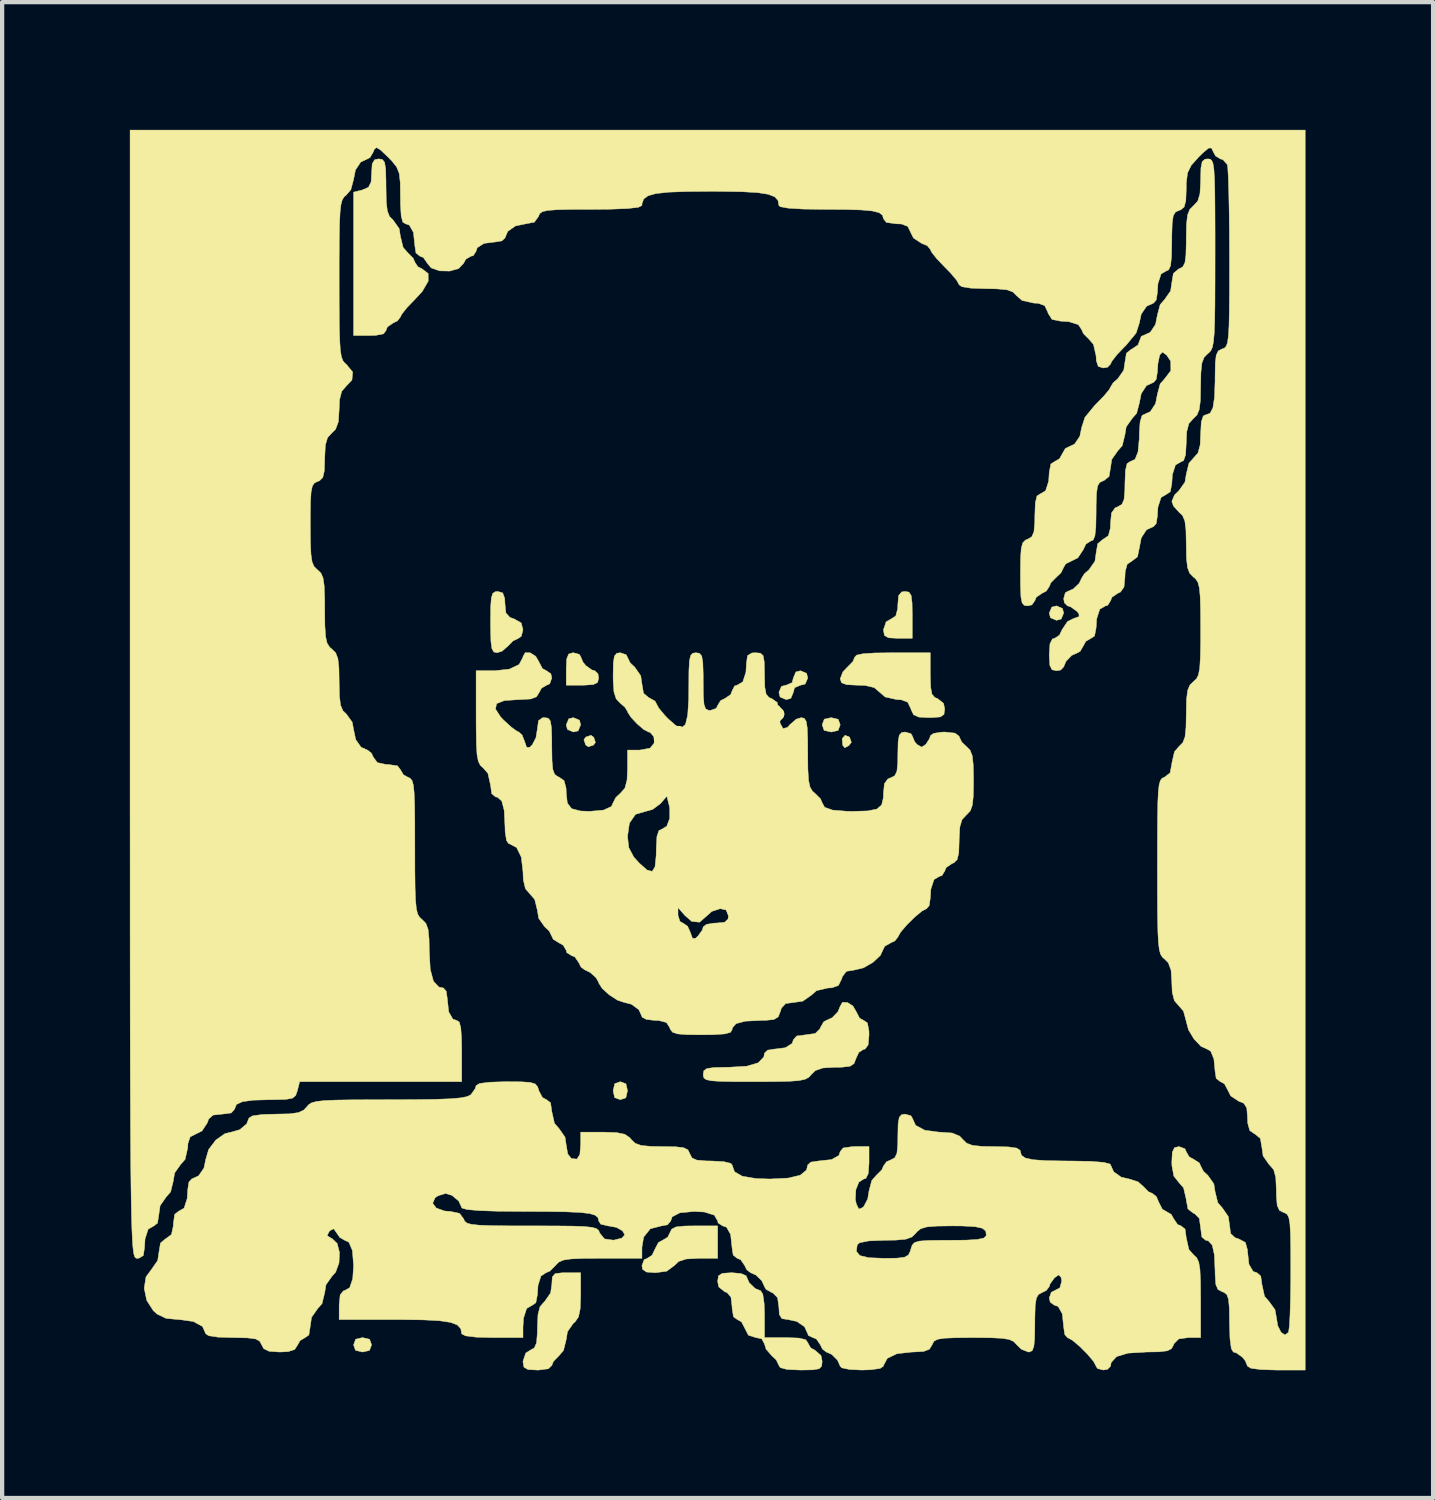
<source format=kicad_pcb>
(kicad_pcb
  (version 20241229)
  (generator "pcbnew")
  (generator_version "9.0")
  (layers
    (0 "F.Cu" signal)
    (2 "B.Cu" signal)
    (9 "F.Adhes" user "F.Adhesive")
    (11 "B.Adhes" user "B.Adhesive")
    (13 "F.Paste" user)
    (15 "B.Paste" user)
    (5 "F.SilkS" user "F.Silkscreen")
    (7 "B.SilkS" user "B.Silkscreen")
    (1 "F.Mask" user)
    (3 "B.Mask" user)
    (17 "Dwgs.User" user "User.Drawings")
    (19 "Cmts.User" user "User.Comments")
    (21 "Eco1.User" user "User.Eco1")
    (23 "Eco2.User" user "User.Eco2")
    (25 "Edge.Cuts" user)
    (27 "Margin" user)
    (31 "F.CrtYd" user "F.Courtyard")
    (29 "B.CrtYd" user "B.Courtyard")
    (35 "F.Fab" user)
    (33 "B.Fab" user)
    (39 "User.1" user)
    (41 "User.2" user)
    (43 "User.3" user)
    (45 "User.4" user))
  (footprint "nei"
    (layer "F.Cu")
    (at 13.806 14.483)
    (property "Reference" "nei" (at 0 0 0) (layer "F.SilkS") (effects (font (size 1.524 1.524) (thickness 0.3))))
    (attr through_hole)
    (fp_poly (pts (xy -8.174 13.925) (xy -8.128 14.055) (xy -8.178 14.187) (xy -8.34 14.224) (xy -8.506 14.184) (xy -8.551 14.055) (xy -8.502 13.922) (xy -8.34 13.885) (xy -8.174 13.925)) (stroke (width 0.01) (type solid)) (fill yes) (layer "F.SilkS"))
    (fp_poly (pts (xy -3.245 -0.617) (xy -3.217 -0.508) (xy -3.277 -0.366) (xy -3.387 -0.339) (xy -3.528 -0.399) (xy -3.556 -0.508) (xy -3.496 -0.65) (xy -3.387 -0.677) (xy -3.245 -0.617)) (stroke (width 0.01) (type solid)) (fill yes) (layer "F.SilkS"))
    (fp_poly (pts (xy -2.91 -0.216) (xy -2.87 -0.094) (xy -2.916 -0.032) (xy -3.038 0.008) (xy -3.101 -0.038) (xy -3.141 -0.16) (xy -3.095 -0.222) (xy -2.973 -0.262) (xy -2.91 -0.216)) (stroke (width 0.01) (type solid)) (fill yes) (layer "F.SilkS"))
    (fp_poly (pts (xy -2.153 7.924) (xy -2.117 8.086) (xy -2.156 8.252) (xy -2.286 8.297) (xy -2.419 8.248) (xy -2.455 8.086) (xy -2.416 7.92) (xy -2.286 7.874) (xy -2.153 7.924)) (stroke (width 0.01) (type solid)) (fill yes) (layer "F.SilkS"))
    (fp_poly (pts (xy 2.833 -0.638) (xy 2.879 -0.508) (xy 2.829 -0.375) (xy 2.667 -0.339) (xy 2.501 -0.378) (xy 2.455 -0.508) (xy 2.505 -0.641) (xy 2.667 -0.677) (xy 2.833 -0.638)) (stroke (width 0.01) (type solid)) (fill yes) (layer "F.SilkS"))
    (fp_poly (pts (xy 3.098 -0.221) (xy 3.098 -0.22) (xy 3.141 -0.099) (xy 3.084 -0.022) (xy 2.985 0.031) (xy 2.936 -0.033) (xy 2.925 -0.183) (xy 2.993 -0.262) (xy 3.098 -0.221)) (stroke (width 0.01) (type solid)) (fill yes) (layer "F.SilkS"))
    (fp_poly (pts (xy 8.1 -3.242) (xy 8.128 -3.133) (xy 8.068 -2.991) (xy 7.959 -2.963) (xy 7.817 -3.023) (xy 7.789 -3.133) (xy 7.849 -3.274) (xy 7.959 -3.302) (xy 8.1 -3.242)) (stroke (width 0.01) (type solid)) (fill yes) (layer "F.SilkS"))
    (fp_poly (pts (xy 2.089 -1.718) (xy 2.117 -1.609) (xy 2.057 -1.467) (xy 1.947 -1.439) (xy 1.806 -1.379) (xy 1.778 -1.27) (xy 1.718 -1.128) (xy 1.609 -1.101) (xy 1.467 -1.161) (xy 1.439 -1.27) (xy 1.499 -1.412) (xy 1.609 -1.439) (xy 1.75 -1.499) (xy 1.778 -1.609) (xy 1.838 -1.75) (xy 1.947 -1.778) (xy 2.089 -1.718)) (stroke (width 0.01) (type solid)) (fill yes) (layer "F.SilkS"))
    (fp_poly (pts (xy -3.249 -2.163) (xy -3.217 -2.111) (xy -3.163 -1.981) (xy -3.096 -1.899) (xy -2.955 -1.798) (xy -2.885 -1.778) (xy -2.811 -1.707) (xy -2.794 -1.609) (xy -2.819 -1.503) (xy -2.922 -1.453) (xy -3.148 -1.439) (xy -3.175 -1.439) (xy -3.556 -1.439) (xy -3.556 -1.82) (xy -3.545 -2.058) (xy -3.499 -2.171) (xy -3.399 -2.201) (xy -3.387 -2.201) (xy -3.249 -2.163)) (stroke (width 0.01) (type solid)) (fill yes) (layer "F.SilkS"))
    (fp_poly (pts (xy 4.494 -3.624) (xy 4.545 -3.547) (xy 4.567 -3.374) (xy 4.572 -3.09) (xy 4.572 -2.54) (xy 4.233 -2.54) (xy 4.015 -2.552) (xy 3.918 -2.607) (xy 3.895 -2.733) (xy 3.895 -2.742) (xy 3.958 -2.928) (xy 4.064 -2.988) (xy 4.184 -3.065) (xy 4.23 -3.241) (xy 4.233 -3.336) (xy 4.251 -3.544) (xy 4.322 -3.629) (xy 4.403 -3.641) (xy 4.494 -3.624)) (stroke (width 0.01) (type solid)) (fill yes) (layer "F.SilkS"))
    (fp_poly (pts (xy 0 12.023) (xy -0.447 12.023) (xy -0.74 12.039) (xy -0.918 12.097) (xy -1.016 12.192) (xy -1.196 12.325) (xy -1.458 12.361) (xy -1.672 12.345) (xy -1.763 12.281) (xy -1.778 12.192) (xy -1.726 12.055) (xy -1.653 12.023) (xy -1.54 11.95) (xy -1.474 11.811) (xy -1.391 11.652) (xy -1.295 11.599) (xy -1.174 11.528) (xy -1.125 11.43) (xy -1.079 11.337) (xy -0.976 11.285) (xy -0.774 11.264) (xy -0.54 11.261) (xy 0 11.261) (xy 0 12.023)) (stroke (width 0.01) (type solid)) (fill yes) (layer "F.SilkS"))
    (fp_poly (pts (xy -5.048 -3.607) (xy -5.001 -3.477) (xy -4.995 -3.346) (xy -4.973 -3.135) (xy -4.881 -3.032) (xy -4.784 -2.998) (xy -4.614 -2.902) (xy -4.572 -2.742) (xy -4.611 -2.588) (xy -4.68 -2.54) (xy -4.809 -2.477) (xy -4.911 -2.371) (xy -5.063 -2.238) (xy -5.183 -2.201) (xy -5.257 -2.22) (xy -5.302 -2.298) (xy -5.325 -2.467) (xy -5.333 -2.76) (xy -5.334 -2.921) (xy -5.331 -3.271) (xy -5.316 -3.485) (xy -5.282 -3.595) (xy -5.221 -3.636) (xy -5.165 -3.641) (xy -5.048 -3.607)) (stroke (width 0.01) (type solid)) (fill yes) (layer "F.SilkS"))
    (fp_poly (pts (xy -3.217 12.893) (xy -3.228 13.206) (xy -3.267 13.397) (xy -3.347 13.514) (xy -3.387 13.547) (xy -3.527 13.745) (xy -3.556 13.928) (xy -3.62 14.187) (xy -3.725 14.309) (xy -3.856 14.443) (xy -3.895 14.539) (xy -3.974 14.617) (xy -4.204 14.647) (xy -4.233 14.647) (xy -4.452 14.636) (xy -4.549 14.581) (xy -4.572 14.455) (xy -4.572 14.441) (xy -4.507 14.248) (xy -4.403 14.182) (xy -4.304 14.125) (xy -4.253 14.005) (xy -4.235 13.778) (xy -4.233 13.644) (xy -4.22 13.343) (xy -4.172 13.16) (xy -4.074 13.046) (xy -4.064 13.039) (xy -3.923 12.836) (xy -3.895 12.639) (xy -3.883 12.461) (xy -3.816 12.382) (xy -3.645 12.362) (xy -3.556 12.361) (xy -3.217 12.361) (xy -3.217 12.893)) (stroke (width 0.01) (type solid)) (fill yes) (layer "F.SilkS"))
    (fp_poly (pts (xy 4.995 -1.685) (xy 5.003 -1.394) (xy 5.034 -1.229) (xy 5.101 -1.15) (xy 5.165 -1.125) (xy 5.307 -1.012) (xy 5.334 -0.879) (xy 5.316 -0.753) (xy 5.232 -0.694) (xy 5.036 -0.678) (xy 4.962 -0.677) (xy 4.724 -0.69) (xy 4.602 -0.745) (xy 4.543 -0.868) (xy 4.537 -0.889) (xy 4.464 -1.04) (xy 4.312 -1.096) (xy 4.208 -1.101) (xy 3.934 -1.163) (xy 3.81 -1.27) (xy 3.677 -1.383) (xy 3.462 -1.433) (xy 3.283 -1.439) (xy 3.033 -1.451) (xy 2.911 -1.495) (xy 2.879 -1.586) (xy 2.879 -1.59) (xy 2.943 -1.754) (xy 3.048 -1.863) (xy 3.179 -1.997) (xy 3.217 -2.093) (xy 3.264 -2.145) (xy 3.416 -2.178) (xy 3.697 -2.196) (xy 4.106 -2.201) (xy 4.995 -2.201) (xy 4.995 -1.685)) (stroke (width 0.01) (type solid)) (fill yes) (layer "F.SilkS"))
    (fp_poly (pts (xy -7.873 -13.786) (xy -7.823 -13.72) (xy -7.798 -13.567) (xy -7.79 -13.293) (xy -7.789 -13.142) (xy -7.783 -12.796) (xy -7.758 -12.578) (xy -7.706 -12.447) (xy -7.62 -12.361) (xy -7.48 -12.163) (xy -7.451 -11.98) (xy -7.387 -11.721) (xy -7.281 -11.599) (xy -7.15 -11.467) (xy -7.112 -11.375) (xy -7.042 -11.269) (xy -6.943 -11.218) (xy -6.799 -11.109) (xy -6.798 -10.928) (xy -6.936 -10.69) (xy -7.112 -10.499) (xy -7.299 -10.305) (xy -7.422 -10.149) (xy -7.451 -10.088) (xy -7.521 -9.996) (xy -7.62 -9.948) (xy -7.757 -9.854) (xy -7.789 -9.773) (xy -7.846 -9.692) (xy -8.033 -9.656) (xy -8.17 -9.652) (xy -8.551 -9.652) (xy -8.551 -13.02) (xy -8.34 -13.073) (xy -8.201 -13.134) (xy -8.14 -13.257) (xy -8.128 -13.464) (xy -8.114 -13.685) (xy -8.056 -13.782) (xy -7.959 -13.801) (xy -7.873 -13.786)) (stroke (width 0.01) (type solid)) (fill yes) (layer "F.SilkS"))
    (fp_poly (pts (xy 0.551 12.381) (xy 0.669 12.432) (xy 0.677 12.452) (xy 0.741 12.596) (xy 0.882 12.732) (xy 1.01 12.785) (xy 1.061 12.864) (xy 1.093 13.086) (xy 1.101 13.335) (xy 1.101 13.885) (xy 1.609 13.885) (xy 1.907 13.896) (xy 2.067 13.933) (xy 2.117 14.002) (xy 2.117 14.007) (xy 2.187 14.127) (xy 2.286 14.182) (xy 2.428 14.306) (xy 2.455 14.441) (xy 2.444 14.556) (xy 2.383 14.617) (xy 2.233 14.642) (xy 1.954 14.647) (xy 1.947 14.647) (xy 1.634 14.634) (xy 1.471 14.59) (xy 1.439 14.539) (xy 1.377 14.41) (xy 1.27 14.309) (xy 1.138 14.157) (xy 1.101 14.036) (xy 1.036 13.913) (xy 0.898 13.885) (xy 0.722 13.829) (xy 0.643 13.674) (xy 0.56 13.515) (xy 0.464 13.462) (xy 0.372 13.397) (xy 0.339 13.191) (xy 0.339 13.158) (xy 0.313 12.935) (xy 0.222 12.828) (xy 0.169 12.809) (xy 0.027 12.696) (xy 0 12.563) (xy 0.02 12.433) (xy 0.112 12.375) (xy 0.323 12.361) (xy 0.339 12.361) (xy 0.551 12.381)) (stroke (width 0.01) (type solid)) (fill yes) (layer "F.SilkS"))
    (fp_poly (pts (xy 3.05 6.014) (xy 3.177 6.095) (xy 3.252 6.223) (xy 3.335 6.382) (xy 3.431 6.435) (xy 3.518 6.493) (xy 3.554 6.683) (xy 3.556 6.773) (xy 3.535 7.01) (xy 3.464 7.107) (xy 3.431 7.112) (xy 3.318 7.184) (xy 3.252 7.324) (xy 3.204 7.449) (xy 3.108 7.512) (xy 2.916 7.534) (xy 2.761 7.535) (xy 2.47 7.552) (xy 2.293 7.614) (xy 2.201 7.705) (xy 2.141 7.772) (xy 2.052 7.818) (xy 1.908 7.848) (xy 1.679 7.865) (xy 1.336 7.872) (xy 0.87 7.874) (xy 0.396 7.873) (xy 0.065 7.867) (xy -0.148 7.852) (xy -0.269 7.826) (xy -0.324 7.784) (xy -0.338 7.722) (xy -0.339 7.705) (xy -0.323 7.616) (xy -0.251 7.565) (xy -0.088 7.542) (xy 0.203 7.535) (xy 0.26 7.535) (xy 0.683 7.51) (xy 0.955 7.43) (xy 1.085 7.293) (xy 1.101 7.203) (xy 1.173 7.134) (xy 1.305 7.112) (xy 1.591 7.076) (xy 1.751 6.975) (xy 1.778 6.891) (xy 1.856 6.801) (xy 2.069 6.773) (xy 2.292 6.742) (xy 2.401 6.635) (xy 2.413 6.604) (xy 2.492 6.467) (xy 2.552 6.435) (xy 2.691 6.371) (xy 2.825 6.231) (xy 2.879 6.102) (xy 2.931 6.01) (xy 3.05 6.014)) (stroke (width 0.01) (type solid)) (fill yes) (layer "F.SilkS"))
    (fp_poly (pts (xy 11.566 -13.795) (xy 11.605 -13.766) (xy 11.635 -13.695) (xy 11.656 -13.561) (xy 11.67 -13.347) (xy 11.678 -13.033) (xy 11.682 -12.601) (xy 11.684 -12.03) (xy 11.684 -11.576) (xy 11.683 -10.903) (xy 11.681 -10.38) (xy 11.675 -9.987) (xy 11.664 -9.702) (xy 11.646 -9.505) (xy 11.621 -9.378) (xy 11.586 -9.299) (xy 11.54 -9.248) (xy 11.515 -9.229) (xy 11.426 -9.139) (xy 11.374 -9.003) (xy 11.351 -8.778) (xy 11.345 -8.467) (xy 11.339 -8.126) (xy 11.312 -7.912) (xy 11.257 -7.783) (xy 11.176 -7.705) (xy 11.069 -7.585) (xy 11.018 -7.393) (xy 11.007 -7.136) (xy 10.992 -6.854) (xy 10.945 -6.715) (xy 10.889 -6.689) (xy 10.754 -6.611) (xy 10.681 -6.384) (xy 10.668 -6.174) (xy 10.632 -5.983) (xy 10.55 -5.927) (xy 10.416 -5.849) (xy 10.342 -5.622) (xy 10.329 -5.412) (xy 10.302 -5.236) (xy 10.239 -5.165) (xy 10.073 -5.089) (xy 9.95 -4.899) (xy 9.906 -4.668) (xy 9.862 -4.454) (xy 9.737 -4.36) (xy 9.619 -4.279) (xy 9.572 -4.104) (xy 9.567 -3.979) (xy 9.545 -3.745) (xy 9.462 -3.627) (xy 9.398 -3.598) (xy 9.261 -3.504) (xy 9.229 -3.423) (xy 9.163 -3.315) (xy 9.111 -3.302) (xy 8.976 -3.224) (xy 8.903 -2.997) (xy 8.89 -2.787) (xy 8.853 -2.594) (xy 8.769 -2.54) (xy 8.648 -2.469) (xy 8.594 -2.371) (xy 8.515 -2.234) (xy 8.455 -2.201) (xy 8.316 -2.138) (xy 8.182 -1.998) (xy 8.128 -1.869) (xy 8.057 -1.795) (xy 7.959 -1.778) (xy 7.853 -1.803) (xy 7.803 -1.906) (xy 7.789 -2.132) (xy 7.789 -2.159) (xy 7.806 -2.411) (xy 7.864 -2.526) (xy 7.915 -2.54) (xy 8.028 -2.612) (xy 8.091 -2.744) (xy 8.218 -2.935) (xy 8.351 -3.001) (xy 8.491 -3.052) (xy 8.484 -3.122) (xy 8.434 -3.178) (xy 8.291 -3.28) (xy 8.219 -3.302) (xy 8.145 -3.373) (xy 8.128 -3.471) (xy 8.166 -3.609) (xy 8.219 -3.641) (xy 8.354 -3.7) (xy 8.491 -3.83) (xy 8.551 -3.955) (xy 8.613 -4.054) (xy 8.721 -4.149) (xy 8.862 -4.35) (xy 8.89 -4.543) (xy 8.927 -4.762) (xy 9.051 -4.866) (xy 9.059 -4.868) (xy 9.177 -4.949) (xy 9.224 -5.124) (xy 9.229 -5.249) (xy 9.251 -5.483) (xy 9.334 -5.602) (xy 9.398 -5.63) (xy 9.495 -5.686) (xy 9.546 -5.802) (xy 9.565 -6.022) (xy 9.567 -6.186) (xy 9.579 -6.486) (xy 9.618 -6.645) (xy 9.685 -6.689) (xy 9.804 -6.743) (xy 9.874 -6.919) (xy 9.904 -7.235) (xy 9.906 -7.373) (xy 9.923 -7.623) (xy 9.967 -7.769) (xy 9.997 -7.789) (xy 10.162 -7.864) (xy 10.286 -8.052) (xy 10.329 -8.273) (xy 10.394 -8.515) (xy 10.499 -8.636) (xy 10.645 -8.827) (xy 10.642 -9.048) (xy 10.549 -9.19) (xy 10.448 -9.264) (xy 10.388 -9.199) (xy 10.38 -9.177) (xy 10.342 -8.997) (xy 10.329 -8.798) (xy 10.302 -8.623) (xy 10.239 -8.551) (xy 10.074 -8.476) (xy 9.95 -8.289) (xy 9.906 -8.068) (xy 9.842 -7.825) (xy 9.737 -7.705) (xy 9.597 -7.507) (xy 9.567 -7.324) (xy 9.504 -7.064) (xy 9.398 -6.943) (xy 9.257 -6.742) (xy 9.229 -6.553) (xy 9.194 -6.341) (xy 9.073 -6.245) (xy 9.059 -6.241) (xy 8.975 -6.202) (xy 8.924 -6.115) (xy 8.899 -5.945) (xy 8.89 -5.655) (xy 8.89 -5.511) (xy 8.884 -5.161) (xy 8.862 -4.949) (xy 8.82 -4.848) (xy 8.765 -4.826) (xy 8.651 -4.754) (xy 8.588 -4.622) (xy 8.462 -4.431) (xy 8.332 -4.366) (xy 8.177 -4.29) (xy 8.128 -4.208) (xy 8.066 -4.08) (xy 7.959 -3.979) (xy 7.828 -3.847) (xy 7.789 -3.755) (xy 7.719 -3.649) (xy 7.62 -3.598) (xy 7.483 -3.504) (xy 7.451 -3.423) (xy 7.38 -3.325) (xy 7.281 -3.302) (xy 7.201 -3.315) (xy 7.151 -3.375) (xy 7.124 -3.514) (xy 7.114 -3.766) (xy 7.112 -4.058) (xy 7.116 -4.422) (xy 7.131 -4.652) (xy 7.166 -4.781) (xy 7.227 -4.846) (xy 7.281 -4.868) (xy 7.378 -4.924) (xy 7.429 -5.04) (xy 7.449 -5.26) (xy 7.451 -5.424) (xy 7.462 -5.724) (xy 7.501 -5.883) (xy 7.569 -5.927) (xy 7.703 -6.005) (xy 7.776 -6.232) (xy 7.789 -6.442) (xy 7.827 -6.635) (xy 7.911 -6.689) (xy 8.031 -6.759) (xy 8.086 -6.858) (xy 8.164 -6.995) (xy 8.224 -7.027) (xy 8.383 -7.102) (xy 8.507 -7.284) (xy 8.551 -7.494) (xy 8.628 -7.731) (xy 8.86 -8.014) (xy 8.89 -8.043) (xy 9.077 -8.235) (xy 9.2 -8.384) (xy 9.229 -8.441) (xy 9.29 -8.541) (xy 9.398 -8.636) (xy 9.539 -8.837) (xy 9.567 -9.026) (xy 9.602 -9.238) (xy 9.723 -9.334) (xy 9.737 -9.338) (xy 9.874 -9.431) (xy 9.906 -9.517) (xy 9.952 -9.635) (xy 9.997 -9.652) (xy 10.162 -9.727) (xy 10.286 -9.914) (xy 10.329 -10.135) (xy 10.394 -10.378) (xy 10.499 -10.499) (xy 10.64 -10.7) (xy 10.668 -10.893) (xy 10.705 -11.112) (xy 10.829 -11.216) (xy 10.837 -11.218) (xy 10.924 -11.264) (xy 10.975 -11.359) (xy 10.999 -11.54) (xy 11.007 -11.845) (xy 11.007 -11.925) (xy 11.013 -12.269) (xy 11.038 -12.486) (xy 11.091 -12.617) (xy 11.176 -12.7) (xy 11.278 -12.81) (xy 11.329 -12.984) (xy 11.345 -13.271) (xy 11.345 -13.311) (xy 11.352 -13.589) (xy 11.381 -13.736) (xy 11.446 -13.793) (xy 11.515 -13.801) (xy 11.566 -13.795)) (stroke (width 0.01) (type solid)) (fill yes) (layer "F.SilkS"))
    (fp_poly (pts (xy -4.401 -2.199) (xy -4.273 -2.118) (xy -4.199 -1.99) (xy -4.116 -1.831) (xy -4.02 -1.778) (xy -3.918 -1.708) (xy -3.895 -1.609) (xy -3.945 -1.471) (xy -4.016 -1.439) (xy -4.137 -1.369) (xy -4.191 -1.27) (xy -4.255 -1.166) (xy -4.391 -1.115) (xy -4.645 -1.101) (xy -4.666 -1.101) (xy -5.008 -1.078) (xy -5.191 -1.006) (xy -5.218 -0.88) (xy -5.096 -0.692) (xy -5.026 -0.618) (xy -4.844 -0.452) (xy -4.705 -0.352) (xy -4.669 -0.339) (xy -4.592 -0.267) (xy -4.536 -0.123) (xy -4.485 0.021) (xy -4.416 0.02) (xy -4.358 -0.033) (xy -4.268 -0.204) (xy -4.233 -0.417) (xy -4.208 -0.606) (xy -4.113 -0.674) (xy -4.064 -0.677) (xy -3.979 -0.663) (xy -3.929 -0.598) (xy -3.904 -0.447) (xy -3.895 -0.176) (xy -3.895 -0.006) (xy -3.89 0.334) (xy -3.871 0.542) (xy -3.828 0.655) (xy -3.753 0.71) (xy -3.725 0.72) (xy -3.607 0.802) (xy -3.56 0.978) (xy -3.556 1.097) (xy -3.53 1.33) (xy -3.43 1.461) (xy -3.221 1.516) (xy -3.006 1.524) (xy -2.68 1.495) (xy -2.495 1.411) (xy -2.455 1.322) (xy -2.393 1.2) (xy -2.286 1.101) (xy -2.179 0.981) (xy -2.128 0.789) (xy -2.117 0.532) (xy -2.117 0.085) (xy -1.829 0.085) (xy -1.586 0.04) (xy -1.483 -0.089) (xy -1.501 -0.233) (xy -1.587 -0.331) (xy -1.62 -0.339) (xy -1.733 -0.396) (xy -1.891 -0.531) (xy -2.037 -0.688) (xy -2.115 -0.81) (xy -2.117 -0.824) (xy -2.178 -0.922) (xy -2.286 -1.016) (xy -2.383 -1.118) (xy -2.435 -1.279) (xy -2.454 -1.544) (xy -2.455 -1.67) (xy -2.45 -1.961) (xy -2.425 -2.122) (xy -2.368 -2.189) (xy -2.286 -2.201) (xy -2.149 -2.156) (xy -2.117 -2.093) (xy -2.054 -1.964) (xy -1.947 -1.863) (xy -1.806 -1.661) (xy -1.778 -1.469) (xy -1.741 -1.25) (xy -1.617 -1.146) (xy -1.609 -1.143) (xy -1.472 -1.066) (xy -1.439 -1.007) (xy -1.384 -0.903) (xy -1.244 -0.734) (xy -1.16 -0.647) (xy -0.976 -0.487) (xy -0.843 -0.441) (xy -0.755 -0.52) (xy -0.703 -0.738) (xy -0.68 -1.105) (xy -0.677 -1.393) (xy -0.675 -1.768) (xy -0.663 -2.005) (xy -0.635 -2.135) (xy -0.584 -2.19) (xy -0.508 -2.201) (xy -0.424 -2.187) (xy -0.373 -2.122) (xy -0.348 -1.972) (xy -0.339 -1.703) (xy -0.339 -1.524) (xy -0.335 -1.187) (xy -0.319 -0.984) (xy -0.281 -0.883) (xy -0.214 -0.849) (xy -0.169 -0.847) (xy -0.032 -0.895) (xy 0 -0.964) (xy 0.071 -1.078) (xy 0.169 -1.125) (xy 0.307 -1.218) (xy 0.339 -1.304) (xy 0.399 -1.422) (xy 0.457 -1.439) (xy 0.591 -1.517) (xy 0.664 -1.744) (xy 0.677 -1.954) (xy 0.702 -2.133) (xy 0.804 -2.196) (xy 0.889 -2.201) (xy 1.006 -2.191) (xy 1.069 -2.133) (xy 1.095 -1.988) (xy 1.101 -1.717) (xy 1.101 -1.685) (xy 1.108 -1.394) (xy 1.139 -1.229) (xy 1.206 -1.15) (xy 1.27 -1.125) (xy 1.399 -1.034) (xy 1.44 -0.83) (xy 1.441 -0.816) (xy 1.467 -0.546) (xy 1.536 -0.42) (xy 1.64 -0.447) (xy 1.695 -0.51) (xy 1.847 -0.641) (xy 1.966 -0.677) (xy 2.036 -0.66) (xy 2.08 -0.589) (xy 2.105 -0.434) (xy 2.115 -0.163) (xy 2.117 0.151) (xy 2.12 0.54) (xy 2.136 0.796) (xy 2.17 0.954) (xy 2.228 1.051) (xy 2.286 1.101) (xy 2.417 1.231) (xy 2.455 1.322) (xy 2.514 1.429) (xy 2.702 1.495) (xy 3.035 1.522) (xy 3.175 1.524) (xy 3.526 1.514) (xy 3.741 1.47) (xy 3.852 1.375) (xy 3.892 1.208) (xy 3.895 1.101) (xy 3.917 0.874) (xy 3.999 0.763) (xy 4.064 0.737) (xy 4.159 0.69) (xy 4.211 0.582) (xy 4.231 0.373) (xy 4.233 0.177) (xy 4.239 -0.109) (xy 4.266 -0.265) (xy 4.325 -0.328) (xy 4.403 -0.339) (xy 4.54 -0.301) (xy 4.572 -0.248) (xy 4.626 -0.115) (xy 4.68 -0.049) (xy 4.793 0.016) (xy 4.892 -0.051) (xy 4.982 -0.192) (xy 4.995 -0.25) (xy 5.07 -0.306) (xy 5.258 -0.336) (xy 5.334 -0.339) (xy 5.577 -0.313) (xy 5.672 -0.24) (xy 5.673 -0.23) (xy 5.735 -0.101) (xy 5.842 0) (xy 5.928 0.085) (xy 5.98 0.215) (xy 6.004 0.429) (xy 6.011 0.768) (xy 6.011 0.804) (xy 6.006 1.156) (xy 5.983 1.379) (xy 5.934 1.514) (xy 5.851 1.602) (xy 5.842 1.609) (xy 5.74 1.72) (xy 5.688 1.896) (xy 5.673 2.186) (xy 5.673 2.214) (xy 5.664 2.498) (xy 5.627 2.656) (xy 5.55 2.733) (xy 5.503 2.752) (xy 5.366 2.846) (xy 5.334 2.927) (xy 5.268 3.035) (xy 5.216 3.048) (xy 5.082 3.126) (xy 5.008 3.353) (xy 4.995 3.563) (xy 4.969 3.738) (xy 4.908 3.81) (xy 4.797 3.868) (xy 4.627 4.01) (xy 4.445 4.19) (xy 4.298 4.361) (xy 4.234 4.475) (xy 4.233 4.479) (xy 4.163 4.567) (xy 4.064 4.614) (xy 3.927 4.692) (xy 3.895 4.751) (xy 3.823 4.908) (xy 3.648 5.072) (xy 3.426 5.2) (xy 3.223 5.249) (xy 3.025 5.282) (xy 2.929 5.407) (xy 2.913 5.461) (xy 2.838 5.614) (xy 2.682 5.669) (xy 2.592 5.673) (xy 2.324 5.735) (xy 2.201 5.842) (xy 1.999 5.983) (xy 1.803 6.011) (xy 1.599 6.038) (xy 1.499 6.144) (xy 1.474 6.223) (xy 1.423 6.352) (xy 1.32 6.414) (xy 1.116 6.434) (xy 1.014 6.435) (xy 0.649 6.453) (xy 0.432 6.511) (xy 0.343 6.616) (xy 0.339 6.655) (xy 0.3 6.716) (xy 0.165 6.752) (xy -0.093 6.77) (xy -0.371 6.773) (xy -0.721 6.769) (xy -0.938 6.752) (xy -1.056 6.714) (xy -1.111 6.647) (xy -1.125 6.604) (xy -1.202 6.484) (xy -1.378 6.438) (xy -1.474 6.435) (xy -1.673 6.412) (xy -1.775 6.358) (xy -1.778 6.344) (xy -1.85 6.184) (xy -2.022 6.056) (xy -2.199 6.011) (xy -2.354 5.959) (xy -2.545 5.835) (xy -2.711 5.685) (xy -2.793 5.556) (xy -2.794 5.543) (xy -2.855 5.433) (xy -2.988 5.312) (xy -3.114 5.25) (xy -3.121 5.249) (xy -3.212 5.179) (xy -3.26 5.08) (xy -3.354 4.943) (xy -3.435 4.911) (xy -3.543 4.843) (xy -3.556 4.789) (xy -3.627 4.669) (xy -3.725 4.614) (xy -3.862 4.528) (xy -3.895 4.458) (xy -3.957 4.334) (xy -4.064 4.233) (xy -4.204 4.035) (xy -4.215 3.966) (xy -0.931 3.966) (xy -0.885 4.111) (xy -0.814 4.149) (xy -0.707 4.221) (xy -0.642 4.364) (xy -0.59 4.508) (xy -0.521 4.507) (xy -0.463 4.455) (xy -0.36 4.312) (xy -0.339 4.239) (xy -0.264 4.179) (xy -0.081 4.149) (xy -0.042 4.149) (xy 0.162 4.13) (xy 0.244 4.056) (xy 0.254 3.979) (xy 0.199 3.842) (xy 0.061 3.81) (xy -0.138 3.875) (xy -0.254 3.979) (xy -0.425 4.128) (xy -0.608 4.109) (xy -0.773 3.966) (xy -0.931 3.784) (xy -0.931 3.966) (xy -4.215 3.966) (xy -4.233 3.852) (xy -4.297 3.593) (xy -4.403 3.471) (xy -4.515 3.341) (xy -4.565 3.129) (xy -4.572 2.939) (xy -4.612 2.6) (xy -4.722 2.374) (xy -4.891 2.286) (xy -4.905 2.286) (xy -4.959 2.209) (xy -4.974 2.113) (xy -2.117 2.113) (xy -2.086 2.379) (xy -1.97 2.596) (xy -1.841 2.74) (xy -1.658 2.902) (xy -1.538 2.935) (xy -1.471 2.826) (xy -1.444 2.565) (xy -1.441 2.392) (xy -1.426 2.114) (xy -1.38 1.976) (xy -1.318 1.947) (xy -1.195 1.874) (xy -1.125 1.688) (xy -1.126 1.445) (xy -1.139 1.382) (xy -1.193 1.168) (xy -1.347 1.346) (xy -1.528 1.48) (xy -1.688 1.524) (xy -1.928 1.594) (xy -2.072 1.801) (xy -2.117 2.113) (xy -4.974 2.113) (xy -4.991 2.006) (xy -4.995 1.87) (xy -5.013 1.503) (xy -5.07 1.283) (xy -5.172 1.191) (xy -5.216 1.185) (xy -5.307 1.108) (xy -5.334 0.908) (xy -5.396 0.632) (xy -5.503 0.508) (xy -5.574 0.443) (xy -5.621 0.349) (xy -5.651 0.194) (xy -5.666 -0.052) (xy -5.672 -0.419) (xy -5.673 -0.696) (xy -5.673 -1.778) (xy -5.243 -1.778) (xy -4.893 -1.816) (xy -4.663 -1.925) (xy -4.573 -2.094) (xy -4.572 -2.111) (xy -4.519 -2.203) (xy -4.401 -2.199)) (stroke (width 0.01) (type solid)) (fill yes) (layer "F.SilkS"))
    (fp_poly (pts (xy -4.615 7.877) (xy -4.401 7.891) (xy -4.284 7.927) (xy -4.227 7.996) (xy -4.199 8.086) (xy -4.116 8.245) (xy -4.02 8.297) (xy -3.924 8.369) (xy -3.895 8.575) (xy -3.833 8.851) (xy -3.725 8.975) (xy -3.585 9.176) (xy -3.556 9.365) (xy -3.521 9.571) (xy -3.437 9.679) (xy -3.305 9.692) (xy -3.236 9.584) (xy -3.217 9.342) (xy -3.217 9.059) (xy -2.686 9.059) (xy -2.373 9.07) (xy -2.181 9.109) (xy -2.064 9.189) (xy -2.032 9.229) (xy -1.939 9.32) (xy -1.797 9.372) (xy -1.561 9.394) (xy -1.304 9.398) (xy -0.984 9.403) (xy -0.794 9.426) (xy -0.697 9.476) (xy -0.654 9.564) (xy -0.653 9.567) (xy -0.602 9.666) (xy -0.486 9.717) (xy -0.263 9.735) (xy -0.135 9.737) (xy 0.142 9.752) (xy 0.307 9.792) (xy 0.339 9.827) (xy 0.396 9.989) (xy 0.579 10.094) (xy 0.901 10.149) (xy 1.228 10.16) (xy 1.659 10.138) (xy 1.941 10.07) (xy 2.087 9.95) (xy 2.117 9.827) (xy 2.19 9.763) (xy 2.364 9.737) (xy 2.677 9.703) (xy 2.849 9.606) (xy 2.879 9.516) (xy 2.948 9.431) (xy 3.166 9.399) (xy 3.217 9.398) (xy 3.556 9.398) (xy 3.556 9.779) (xy 3.539 10.031) (xy 3.482 10.146) (xy 3.431 10.16) (xy 3.317 10.234) (xy 3.246 10.413) (xy 3.235 10.638) (xy 3.258 10.747) (xy 3.316 10.866) (xy 3.399 10.835) (xy 3.435 10.801) (xy 3.525 10.629) (xy 3.556 10.439) (xy 3.62 10.196) (xy 3.725 10.075) (xy 3.856 9.945) (xy 3.895 9.855) (xy 3.965 9.756) (xy 4.064 9.712) (xy 4.159 9.664) (xy 4.211 9.557) (xy 4.231 9.348) (xy 4.233 9.152) (xy 4.239 8.866) (xy 4.266 8.71) (xy 4.325 8.646) (xy 4.403 8.636) (xy 4.54 8.674) (xy 4.572 8.727) (xy 4.65 8.899) (xy 4.866 9.014) (xy 5.198 9.059) (xy 5.225 9.059) (xy 5.511 9.08) (xy 5.685 9.152) (xy 5.757 9.229) (xy 5.849 9.319) (xy 5.989 9.371) (xy 6.222 9.394) (xy 6.496 9.398) (xy 6.831 9.406) (xy 7.026 9.434) (xy 7.106 9.487) (xy 7.112 9.516) (xy 7.137 9.605) (xy 7.228 9.667) (xy 7.41 9.707) (xy 7.705 9.728) (xy 8.138 9.736) (xy 8.304 9.737) (xy 8.762 9.745) (xy 9.068 9.769) (xy 9.216 9.808) (xy 9.229 9.827) (xy 9.302 9.989) (xy 9.479 10.116) (xy 9.67 10.16) (xy 9.874 10.225) (xy 9.991 10.329) (xy 10.121 10.46) (xy 10.212 10.499) (xy 10.304 10.571) (xy 10.364 10.71) (xy 10.445 10.869) (xy 10.537 10.922) (xy 10.656 10.992) (xy 10.71 11.091) (xy 10.804 11.229) (xy 10.885 11.261) (xy 10.98 11.338) (xy 11.007 11.538) (xy 11.068 11.814) (xy 11.176 11.938) (xy 11.252 12.009) (xy 11.301 12.114) (xy 11.329 12.288) (xy 11.342 12.562) (xy 11.345 12.973) (xy 11.345 13.885) (xy 11.055 13.885) (xy 10.831 13.916) (xy 10.722 14.024) (xy 10.71 14.055) (xy 10.661 14.145) (xy 10.56 14.196) (xy 10.366 14.219) (xy 10.064 14.224) (xy 9.641 14.25) (xy 9.371 14.331) (xy 9.243 14.47) (xy 9.229 14.557) (xy 9.158 14.63) (xy 9.059 14.647) (xy 8.922 14.611) (xy 8.89 14.56) (xy 8.832 14.447) (xy 8.688 14.276) (xy 8.507 14.094) (xy 8.334 13.948) (xy 8.218 13.885) (xy 8.215 13.885) (xy 8.153 13.812) (xy 8.128 13.638) (xy 8.095 13.325) (xy 7.997 13.153) (xy 7.907 13.123) (xy 7.812 13.053) (xy 7.789 12.954) (xy 7.838 12.817) (xy 7.907 12.785) (xy 8.039 12.716) (xy 8.083 12.553) (xy 8.066 12.468) (xy 8.009 12.411) (xy 7.91 12.483) (xy 7.809 12.622) (xy 7.789 12.688) (xy 7.719 12.779) (xy 7.62 12.827) (xy 7.535 12.872) (xy 7.484 12.965) (xy 7.459 13.142) (xy 7.451 13.441) (xy 7.451 13.552) (xy 7.446 13.891) (xy 7.428 14.093) (xy 7.388 14.193) (xy 7.32 14.223) (xy 7.3 14.224) (xy 7.136 14.16) (xy 7.027 14.055) (xy 6.956 13.979) (xy 6.85 13.929) (xy 6.676 13.901) (xy 6.4 13.888) (xy 5.998 13.885) (xy 5.595 13.888) (xy 5.328 13.899) (xy 5.169 13.924) (xy 5.084 13.969) (xy 5.043 14.04) (xy 5.038 14.055) (xy 4.974 14.159) (xy 4.839 14.21) (xy 4.586 14.224) (xy 4.56 14.224) (xy 4.213 14.263) (xy 3.985 14.372) (xy 3.895 14.541) (xy 3.895 14.557) (xy 3.816 14.609) (xy 3.599 14.64) (xy 3.387 14.647) (xy 3.094 14.633) (xy 2.917 14.595) (xy 2.879 14.557) (xy 2.816 14.415) (xy 2.679 14.279) (xy 2.552 14.224) (xy 2.461 14.154) (xy 2.413 14.055) (xy 2.319 13.917) (xy 2.238 13.885) (xy 2.129 13.834) (xy 2.117 13.795) (xy 2.042 13.631) (xy 1.861 13.506) (xy 1.657 13.462) (xy 1.509 13.44) (xy 1.449 13.342) (xy 1.439 13.171) (xy 1.408 12.948) (xy 1.301 12.839) (xy 1.27 12.827) (xy 1.133 12.748) (xy 1.101 12.688) (xy 1.038 12.551) (xy 0.9 12.416) (xy 0.774 12.361) (xy 0.683 12.291) (xy 0.635 12.192) (xy 0.541 12.055) (xy 0.46 12.023) (xy 0.365 11.947) (xy 0.352 11.86) (xy 3.258 11.86) (xy 3.341 11.958) (xy 3.549 12.008) (xy 3.902 12.023) (xy 4.21 12.019) (xy 4.39 11.997) (xy 4.482 11.944) (xy 4.528 11.847) (xy 4.537 11.811) (xy 4.569 11.714) (xy 4.626 11.652) (xy 4.742 11.618) (xy 4.951 11.603) (xy 5.286 11.599) (xy 5.414 11.599) (xy 5.829 11.596) (xy 6.099 11.58) (xy 6.252 11.547) (xy 6.31 11.49) (xy 6.301 11.402) (xy 6.293 11.379) (xy 6.222 11.318) (xy 6.05 11.28) (xy 5.75 11.263) (xy 5.513 11.261) (xy 5.148 11.266) (xy 4.913 11.285) (xy 4.77 11.328) (xy 4.68 11.4) (xy 4.657 11.43) (xy 4.564 11.521) (xy 4.423 11.573) (xy 4.188 11.595) (xy 3.925 11.599) (xy 3.549 11.614) (xy 3.335 11.657) (xy 3.279 11.705) (xy 3.258 11.86) (xy 0.352 11.86) (xy 0.339 11.776) (xy 0.305 11.462) (xy 0.208 11.291) (xy 0.118 11.261) (xy 0.012 11.193) (xy 0 11.143) (xy -0.079 11.008) (xy -0.314 10.935) (xy -0.55 10.922) (xy -0.887 10.954) (xy -1.068 11.048) (xy -1.101 11.143) (xy -1.175 11.235) (xy -1.318 11.261) (xy -1.581 11.329) (xy -1.738 11.525) (xy -1.778 11.763) (xy -1.778 12.023) (xy -2.733 12.023) (xy -3.154 12.025) (xy -3.438 12.037) (xy -3.618 12.063) (xy -3.728 12.109) (xy -3.8 12.179) (xy -3.81 12.192) (xy -3.941 12.323) (xy -4.031 12.361) (xy -4.15 12.44) (xy -4.219 12.659) (xy -4.233 12.876) (xy -4.27 13.067) (xy -4.351 13.123) (xy -4.486 13.201) (xy -4.559 13.428) (xy -4.572 13.638) (xy -4.572 13.885) (xy -5.292 13.885) (xy -5.674 13.875) (xy -5.918 13.845) (xy -6.011 13.798) (xy -6.011 13.795) (xy -6.033 13.676) (xy -6.113 13.588) (xy -6.272 13.528) (xy -6.531 13.489) (xy -6.913 13.469) (xy -7.437 13.462) (xy -7.572 13.462) (xy -8.89 13.462) (xy -8.89 13.123) (xy -8.866 12.88) (xy -8.79 12.787) (xy -8.772 12.785) (xy -8.643 12.715) (xy -8.571 12.501) (xy -8.551 12.192) (xy -8.579 11.838) (xy -8.662 11.643) (xy -8.759 11.599) (xy -8.876 11.532) (xy -8.941 11.437) (xy -9.016 11.329) (xy -9.103 11.37) (xy -9.121 11.389) (xy -9.173 11.489) (xy -9.075 11.552) (xy -9.058 11.557) (xy -8.936 11.674) (xy -8.882 11.886) (xy -8.893 12.13) (xy -8.972 12.348) (xy -9.059 12.446) (xy -9.199 12.644) (xy -9.229 12.827) (xy -9.292 13.087) (xy -9.398 13.208) (xy -9.539 13.411) (xy -9.567 13.608) (xy -9.601 13.823) (xy -9.689 13.885) (xy -9.809 13.956) (xy -9.864 14.055) (xy -9.935 14.165) (xy -10.09 14.215) (xy -10.287 14.224) (xy -10.534 14.207) (xy -10.663 14.144) (xy -10.71 14.055) (xy -10.757 13.967) (xy -10.855 13.916) (xy -11.04 13.892) (xy -11.353 13.885) (xy -11.393 13.885) (xy -11.739 13.874) (xy -11.955 13.841) (xy -12.023 13.795) (xy -12.1 13.623) (xy -12.314 13.507) (xy -12.634 13.462) (xy -12.655 13.462) (xy -12.953 13.434) (xy -13.163 13.334) (xy -13.254 13.254) (xy -13.41 13.01) (xy -13.469 12.726) (xy -13.427 12.459) (xy -13.293 12.277) (xy -13.152 12.075) (xy -13.123 11.883) (xy -13.087 11.664) (xy -12.962 11.56) (xy -12.954 11.557) (xy -12.829 11.464) (xy -12.786 11.266) (xy -12.785 11.213) (xy -12.753 10.991) (xy -12.667 10.922) (xy -12.532 10.844) (xy -12.495 10.729) (xy -6.693 10.729) (xy -6.609 10.841) (xy -6.415 10.911) (xy -6.277 10.922) (xy -6.063 10.966) (xy -5.969 11.091) (xy -5.942 11.151) (xy -5.888 11.195) (xy -5.783 11.225) (xy -5.605 11.244) (xy -5.329 11.255) (xy -4.932 11.26) (xy -4.391 11.261) (xy -4.365 11.261) (xy -3.816 11.262) (xy -3.414 11.266) (xy -3.135 11.276) (xy -2.954 11.295) (xy -2.848 11.324) (xy -2.795 11.367) (xy -2.771 11.426) (xy -2.769 11.43) (xy -2.658 11.567) (xy -2.445 11.597) (xy -2.253 11.549) (xy -2.181 11.472) (xy -2.234 11.377) (xy -2.377 11.296) (xy -2.572 11.261) (xy -2.576 11.261) (xy -2.746 11.221) (xy -2.794 11.143) (xy -2.81 11.068) (xy -2.873 11.012) (xy -3.004 10.972) (xy -3.223 10.946) (xy -3.551 10.931) (xy -4.009 10.924) (xy -4.537 10.922) (xy -5.152 10.917) (xy -5.601 10.902) (xy -5.885 10.877) (xy -6.006 10.842) (xy -6.011 10.831) (xy -6.081 10.677) (xy -6.239 10.545) (xy -6.39 10.499) (xy -6.569 10.554) (xy -6.637 10.602) (xy -6.693 10.729) (xy -12.495 10.729) (xy -12.459 10.617) (xy -12.446 10.407) (xy -12.419 10.232) (xy -12.355 10.16) (xy -12.192 10.086) (xy -12.066 9.903) (xy -12.023 9.697) (xy -11.955 9.466) (xy -11.788 9.246) (xy -11.574 9.095) (xy -11.428 9.059) (xy -11.225 9.002) (xy -11.063 8.866) (xy -11.007 8.727) (xy -10.926 8.677) (xy -10.698 8.645) (xy -10.39 8.636) (xy -10.056 8.629) (xy -9.847 8.6) (xy -9.721 8.541) (xy -9.652 8.467) (xy -9.603 8.411) (xy -9.533 8.368) (xy -9.418 8.338) (xy -9.237 8.318) (xy -8.967 8.306) (xy -8.585 8.3) (xy -8.069 8.298) (xy -7.722 8.297) (xy -7.097 8.295) (xy -6.621 8.288) (xy -6.274 8.275) (xy -6.036 8.254) (xy -5.885 8.224) (xy -5.803 8.185) (xy -5.794 8.176) (xy -5.693 8.035) (xy -5.673 7.965) (xy -5.591 7.916) (xy -5.356 7.886) (xy -4.985 7.874) (xy -4.962 7.874) (xy -4.615 7.877)) (stroke (width 0.01) (type solid)) (fill yes) (layer "F.SilkS"))
    (fp_poly (pts (xy 13.801 14.647) (xy 13.123 14.647) (xy 12.758 14.636) (xy 12.527 14.605) (xy 12.446 14.557) (xy 12.392 14.427) (xy 12.325 14.345) (xy 12.183 14.244) (xy 12.113 14.224) (xy 12.065 14.143) (xy 12.034 13.91) (xy 12.023 13.542) (xy 12.023 13.539) (xy 12.019 13.196) (xy 12 12.986) (xy 11.96 12.873) (xy 11.889 12.82) (xy 11.853 12.809) (xy 11.752 12.756) (xy 11.701 12.635) (xy 11.685 12.402) (xy 11.684 12.316) (xy 11.668 11.942) (xy 11.618 11.714) (xy 11.525 11.611) (xy 11.463 11.599) (xy 11.373 11.521) (xy 11.345 11.309) (xy 11.314 11.085) (xy 11.207 10.976) (xy 11.176 10.964) (xy 11.047 10.864) (xy 11.007 10.651) (xy 11.007 10.639) (xy 10.944 10.368) (xy 10.837 10.245) (xy 10.716 10.093) (xy 10.67 9.844) (xy 10.668 9.76) (xy 10.68 9.529) (xy 10.731 9.423) (xy 10.837 9.398) (xy 10.975 9.449) (xy 11.007 9.519) (xy 11.077 9.64) (xy 11.176 9.694) (xy 11.313 9.78) (xy 11.345 9.851) (xy 11.408 9.975) (xy 11.515 10.075) (xy 11.655 10.273) (xy 11.684 10.456) (xy 11.748 10.716) (xy 11.853 10.837) (xy 11.994 11.04) (xy 12.023 11.235) (xy 12.049 11.44) (xy 12.155 11.539) (xy 12.234 11.565) (xy 12.396 11.65) (xy 12.446 11.827) (xy 12.446 11.856) (xy 12.48 12.163) (xy 12.578 12.332) (xy 12.667 12.361) (xy 12.757 12.439) (xy 12.785 12.639) (xy 12.846 12.915) (xy 12.954 13.039) (xy 13.092 13.23) (xy 13.123 13.402) (xy 13.156 13.606) (xy 13.233 13.759) (xy 13.326 13.823) (xy 13.405 13.764) (xy 13.411 13.749) (xy 13.429 13.622) (xy 13.444 13.358) (xy 13.455 12.991) (xy 13.461 12.552) (xy 13.462 12.304) (xy 13.461 11.805) (xy 13.455 11.45) (xy 13.442 11.214) (xy 13.417 11.069) (xy 13.379 10.992) (xy 13.323 10.956) (xy 13.293 10.947) (xy 13.195 10.896) (xy 13.143 10.782) (xy 13.125 10.561) (xy 13.123 10.423) (xy 13.11 10.123) (xy 13.06 9.94) (xy 12.961 9.826) (xy 12.954 9.821) (xy 12.813 9.62) (xy 12.785 9.427) (xy 12.748 9.208) (xy 12.623 9.104) (xy 12.615 9.102) (xy 12.499 9.022) (xy 12.451 8.849) (xy 12.446 8.717) (xy 12.429 8.492) (xy 12.358 8.38) (xy 12.242 8.334) (xy 12.051 8.208) (xy 11.986 8.078) (xy 11.903 7.923) (xy 11.809 7.874) (xy 11.71 7.798) (xy 11.684 7.627) (xy 11.656 7.34) (xy 11.582 7.158) (xy 11.502 7.112) (xy 11.351 7.042) (xy 11.188 6.87) (xy 11.059 6.655) (xy 11.007 6.457) (xy 10.942 6.217) (xy 10.837 6.096) (xy 10.728 5.971) (xy 10.677 5.77) (xy 10.668 5.546) (xy 10.65 5.256) (xy 10.585 5.081) (xy 10.499 4.995) (xy 10.446 4.949) (xy 10.405 4.884) (xy 10.375 4.777) (xy 10.354 4.608) (xy 10.341 4.356) (xy 10.333 4) (xy 10.33 3.519) (xy 10.329 2.892) (xy 10.329 2.823) (xy 10.33 2.182) (xy 10.333 1.69) (xy 10.339 1.326) (xy 10.351 1.071) (xy 10.37 0.903) (xy 10.398 0.803) (xy 10.437 0.75) (xy 10.487 0.724) (xy 10.499 0.72) (xy 10.628 0.62) (xy 10.668 0.407) (xy 10.668 0.394) (xy 10.73 0.123) (xy 10.837 0) (xy 10.926 -0.089) (xy 10.978 -0.225) (xy 11.001 -0.451) (xy 11.007 -0.762) (xy 11.013 -1.103) (xy 11.04 -1.317) (xy 11.095 -1.446) (xy 11.176 -1.524) (xy 11.246 -1.588) (xy 11.293 -1.681) (xy 11.323 -1.834) (xy 11.338 -2.076) (xy 11.345 -2.438) (xy 11.345 -2.752) (xy 11.343 -3.208) (xy 11.334 -3.524) (xy 11.314 -3.732) (xy 11.279 -3.86) (xy 11.224 -3.94) (xy 11.176 -3.979) (xy 11.087 -4.069) (xy 11.036 -4.205) (xy 11.012 -4.43) (xy 11.007 -4.741) (xy 11 -5.082) (xy 10.974 -5.296) (xy 10.919 -5.425) (xy 10.837 -5.503) (xy 10.706 -5.648) (xy 10.668 -5.757) (xy 10.731 -5.906) (xy 10.837 -6.011) (xy 10.977 -6.209) (xy 11.007 -6.392) (xy 11.07 -6.652) (xy 11.176 -6.773) (xy 11.283 -6.893) (xy 11.334 -7.085) (xy 11.345 -7.342) (xy 11.36 -7.624) (xy 11.407 -7.763) (xy 11.463 -7.789) (xy 11.566 -7.826) (xy 11.633 -7.953) (xy 11.67 -8.194) (xy 11.684 -8.574) (xy 11.684 -8.675) (xy 11.689 -8.999) (xy 11.711 -9.191) (xy 11.759 -9.291) (xy 11.844 -9.335) (xy 11.853 -9.338) (xy 11.906 -9.358) (xy 11.946 -9.401) (xy 11.976 -9.487) (xy 11.997 -9.636) (xy 12.011 -9.868) (xy 12.018 -10.204) (xy 12.022 -10.663) (xy 12.023 -11.266) (xy 12.023 -11.457) (xy 12.021 -12.039) (xy 12.015 -12.569) (xy 12.006 -13.022) (xy 11.995 -13.373) (xy 11.982 -13.598) (xy 11.971 -13.667) (xy 11.869 -13.783) (xy 11.808 -13.801) (xy 11.694 -13.871) (xy 11.642 -13.968) (xy 11.6 -14.057) (xy 11.533 -14.055) (xy 11.405 -13.949) (xy 11.298 -13.844) (xy 11.124 -13.649) (xy 11.037 -13.471) (xy 11.008 -13.232) (xy 11.007 -13.094) (xy 10.997 -12.82) (xy 10.958 -12.671) (xy 10.875 -12.603) (xy 10.837 -12.591) (xy 10.753 -12.552) (xy 10.702 -12.465) (xy 10.677 -12.295) (xy 10.668 -12.005) (xy 10.668 -11.861) (xy 10.661 -11.505) (xy 10.638 -11.291) (xy 10.592 -11.192) (xy 10.55 -11.176) (xy 10.416 -11.098) (xy 10.342 -10.871) (xy 10.329 -10.661) (xy 10.302 -10.486) (xy 10.239 -10.414) (xy 10.075 -10.339) (xy 9.95 -10.156) (xy 9.906 -9.948) (xy 9.83 -9.711) (xy 9.598 -9.428) (xy 9.567 -9.398) (xy 9.38 -9.203) (xy 9.257 -9.045) (xy 9.229 -8.981) (xy 9.158 -8.907) (xy 9.059 -8.89) (xy 8.94 -8.926) (xy 8.894 -9.063) (xy 8.89 -9.168) (xy 8.828 -9.443) (xy 8.721 -9.567) (xy 8.59 -9.698) (xy 8.551 -9.789) (xy 8.473 -9.907) (xy 8.256 -9.976) (xy 8.046 -9.991) (xy 7.854 -10.03) (xy 7.761 -10.177) (xy 7.755 -10.202) (xy 7.682 -10.354) (xy 7.53 -10.41) (xy 7.425 -10.414) (xy 7.151 -10.476) (xy 7.027 -10.583) (xy 6.936 -10.674) (xy 6.795 -10.726) (xy 6.563 -10.748) (xy 6.289 -10.753) (xy 5.946 -10.765) (xy 5.735 -10.799) (xy 5.673 -10.844) (xy 5.616 -10.949) (xy 5.469 -11.123) (xy 5.334 -11.261) (xy 5.147 -11.456) (xy 5.024 -11.613) (xy 4.995 -11.676) (xy 4.924 -11.762) (xy 4.791 -11.817) (xy 4.6 -11.942) (xy 4.535 -12.072) (xy 4.466 -12.215) (xy 4.32 -12.271) (xy 4.189 -12.277) (xy 3.964 -12.308) (xy 3.895 -12.395) (xy 3.873 -12.478) (xy 3.793 -12.538) (xy 3.633 -12.578) (xy 3.367 -12.602) (xy 2.975 -12.613) (xy 2.533 -12.615) (xy 2.018 -12.622) (xy 1.664 -12.643) (xy 1.474 -12.677) (xy 1.439 -12.706) (xy 1.419 -12.823) (xy 1.342 -12.91) (xy 1.188 -12.97) (xy 0.937 -13.009) (xy 0.566 -13.03) (xy 0.055 -13.038) (xy -0.169 -13.039) (xy -0.737 -13.034) (xy -1.156 -13.019) (xy -1.448 -12.987) (xy -1.635 -12.935) (xy -1.737 -12.858) (xy -1.776 -12.752) (xy -1.778 -12.706) (xy -1.862 -12.664) (xy -2.114 -12.635) (xy -2.533 -12.619) (xy -2.971 -12.615) (xy -3.443 -12.614) (xy -3.773 -12.607) (xy -3.987 -12.591) (xy -4.113 -12.563) (xy -4.177 -12.518) (xy -4.207 -12.453) (xy -4.209 -12.446) (xy -4.305 -12.314) (xy -4.503 -12.277) (xy -4.748 -12.226) (xy -4.93 -12.098) (xy -4.995 -11.944) (xy -5.068 -11.875) (xy -5.2 -11.853) (xy -5.486 -11.817) (xy -5.646 -11.716) (xy -5.673 -11.633) (xy -5.74 -11.527) (xy -5.794 -11.515) (xy -5.915 -11.444) (xy -5.969 -11.345) (xy -6.085 -11.224) (xy -6.294 -11.166) (xy -6.529 -11.171) (xy -6.727 -11.24) (xy -6.816 -11.345) (xy -6.91 -11.483) (xy -6.991 -11.515) (xy -7.086 -11.591) (xy -7.112 -11.762) (xy -7.145 -12.075) (xy -7.243 -12.247) (xy -7.333 -12.277) (xy -7.396 -12.318) (xy -7.433 -12.461) (xy -7.449 -12.733) (xy -7.451 -12.914) (xy -7.455 -13.245) (xy -7.479 -13.46) (xy -7.54 -13.612) (xy -7.654 -13.754) (xy -7.742 -13.844) (xy -7.918 -14.011) (xy -8.013 -14.068) (xy -8.065 -14.026) (xy -8.086 -13.968) (xy -8.165 -13.832) (xy -8.224 -13.801) (xy -8.384 -13.726) (xy -8.507 -13.54) (xy -8.551 -13.317) (xy -8.616 -13.075) (xy -8.721 -12.954) (xy -8.776 -12.906) (xy -8.818 -12.837) (xy -8.848 -12.724) (xy -8.868 -12.547) (xy -8.881 -12.281) (xy -8.887 -11.906) (xy -8.89 -11.4) (xy -8.89 -10.964) (xy -8.889 -10.354) (xy -8.886 -9.891) (xy -8.877 -9.553) (xy -8.863 -9.318) (xy -8.839 -9.163) (xy -8.806 -9.067) (xy -8.76 -9.007) (xy -8.721 -8.975) (xy -8.572 -8.795) (xy -8.589 -8.607) (xy -8.721 -8.467) (xy -8.83 -8.342) (xy -8.881 -8.141) (xy -8.89 -7.916) (xy -8.908 -7.627) (xy -8.973 -7.451) (xy -9.059 -7.366) (xy -9.162 -7.255) (xy -9.213 -7.079) (xy -9.229 -6.788) (xy -9.229 -6.76) (xy -9.238 -6.477) (xy -9.274 -6.319) (xy -9.351 -6.241) (xy -9.398 -6.223) (xy -9.472 -6.187) (xy -9.52 -6.114) (xy -9.549 -5.973) (xy -9.563 -5.734) (xy -9.567 -5.366) (xy -9.567 -5.22) (xy -9.564 -4.801) (xy -9.552 -4.518) (xy -9.526 -4.338) (xy -9.48 -4.229) (xy -9.409 -4.157) (xy -9.398 -4.149) (xy -9.318 -4.072) (xy -9.268 -3.958) (xy -9.241 -3.77) (xy -9.23 -3.471) (xy -9.229 -3.217) (xy -9.225 -2.833) (xy -9.208 -2.581) (xy -9.173 -2.426) (xy -9.112 -2.33) (xy -9.059 -2.286) (xy -8.97 -2.197) (xy -8.919 -2.061) (xy -8.895 -1.835) (xy -8.89 -1.524) (xy -8.883 -1.183) (xy -8.857 -0.969) (xy -8.802 -0.84) (xy -8.721 -0.762) (xy -8.583 -0.571) (xy -8.551 -0.399) (xy -8.501 -0.162) (xy -8.375 0.018) (xy -8.224 0.085) (xy -8.133 0.155) (xy -8.086 0.254) (xy -7.993 0.379) (xy -7.795 0.422) (xy -7.741 0.423) (xy -7.52 0.455) (xy -7.451 0.545) (xy -7.38 0.665) (xy -7.281 0.72) (xy -7.222 0.747) (xy -7.178 0.8) (xy -7.148 0.903) (xy -7.129 1.079) (xy -7.118 1.352) (xy -7.113 1.744) (xy -7.112 2.279) (xy -7.112 2.358) (xy -7.111 2.914) (xy -7.106 3.326) (xy -7.095 3.618) (xy -7.076 3.813) (xy -7.046 3.936) (xy -7.002 4.011) (xy -6.943 4.064) (xy -6.853 4.155) (xy -6.801 4.294) (xy -6.778 4.525) (xy -6.773 4.808) (xy -6.75 5.235) (xy -6.676 5.512) (xy -6.548 5.651) (xy -6.441 5.673) (xy -6.376 5.746) (xy -6.35 5.92) (xy -6.317 6.233) (xy -6.219 6.405) (xy -6.129 6.435) (xy -6.069 6.473) (xy -6.033 6.607) (xy -6.015 6.863) (xy -6.011 7.154) (xy -6.011 7.874) (xy -9.818 7.874) (xy -9.871 8.086) (xy -9.911 8.198) (xy -9.987 8.261) (xy -10.14 8.29) (xy -10.411 8.297) (xy -10.501 8.297) (xy -10.904 8.308) (xy -11.163 8.343) (xy -11.302 8.409) (xy -11.345 8.513) (xy -11.345 8.518) (xy -11.424 8.608) (xy -11.64 8.636) (xy -11.852 8.659) (xy -11.955 8.751) (xy -11.986 8.84) (xy -12.112 9.031) (xy -12.242 9.096) (xy -12.389 9.17) (xy -12.442 9.327) (xy -12.446 9.423) (xy -12.508 9.698) (xy -12.615 9.821) (xy -12.755 10.019) (xy -12.785 10.202) (xy -12.848 10.462) (xy -12.954 10.583) (xy -13.095 10.786) (xy -13.123 10.983) (xy -13.156 11.196) (xy -13.241 11.261) (xy -13.376 11.339) (xy -13.449 11.566) (xy -13.462 11.776) (xy -13.49 11.958) (xy -13.595 12.021) (xy -13.631 12.023) (xy -13.654 12.021) (xy -13.674 12.011) (xy -13.692 11.984) (xy -13.709 11.933) (xy -13.724 11.851) (xy -13.737 11.728) (xy -13.748 11.558) (xy -13.758 11.333) (xy -13.767 11.044) (xy -13.774 10.684) (xy -13.78 10.245) (xy -13.786 9.72) (xy -13.79 9.1) (xy -13.793 8.377) (xy -13.796 7.545) (xy -13.798 6.595) (xy -13.799 5.519) (xy -13.8 4.309) (xy -13.8 2.958) (xy -13.801 1.458) (xy -13.801 -0.2) (xy -13.801 -1.228) (xy -13.801 -14.478) (xy 13.801 -14.478) (xy 13.801 14.647)) (stroke (width 0.01) (type solid)) (fill yes) (layer "F.SilkS")))
  (gr_rect
    (start -3 -3)
    (end 30.611 32.135)
    (stroke (width 0.1) (type default))
    (fill no)
    (layer "Edge.Cuts")))
</source>
